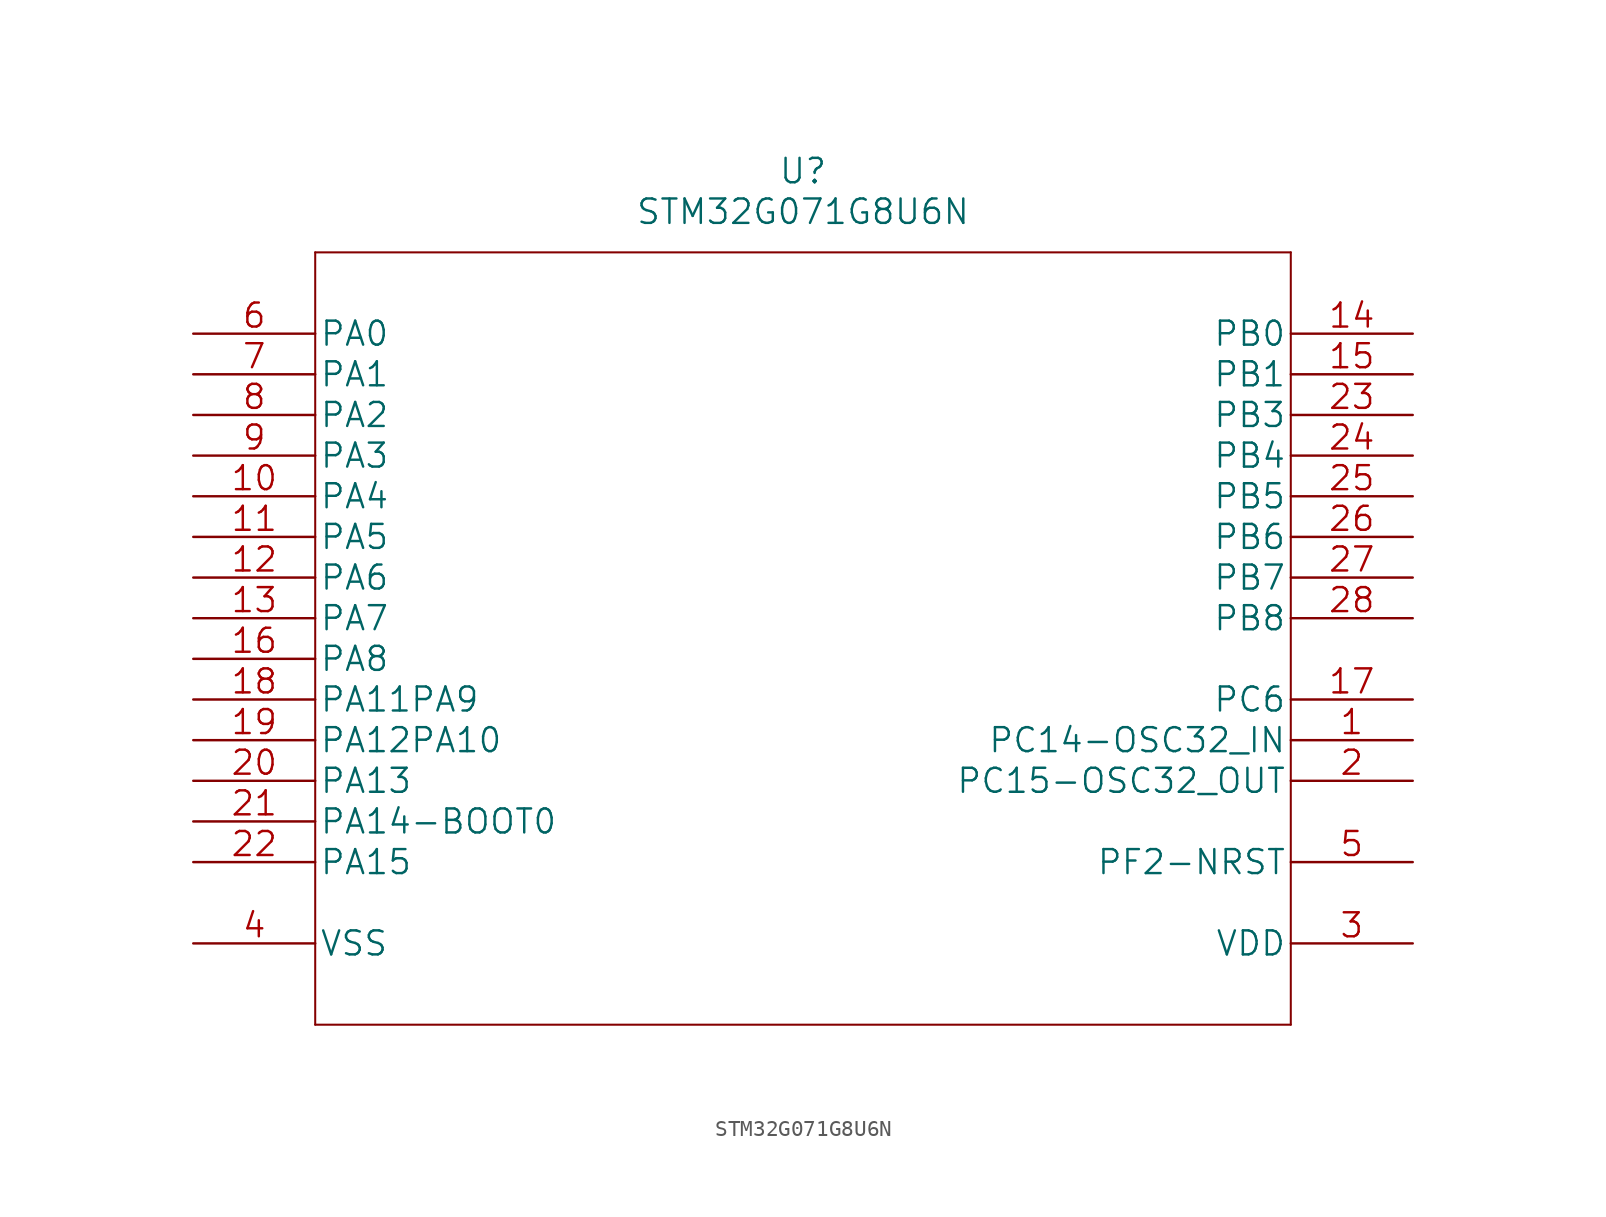
<source format=kicad_sym>
(kicad_symbol_lib
  (version 20210619)
  (generator kicad_symbol_editor)
  (symbol "STM32G071G8U6N"
    (pin_names
      (offset 0.254))
    (property "Reference" "U"
      (at 38.1 10.16 0)
      (effects (font (size 1.524 1.524))))
    (property "Value" "STM32G071G8U6N"
      (at 38.1 7.62 0)
      (effects (font (size 1.524 1.524))))
    (property "Datasheet" ""
      (at 0 0 0)
      (effects (font (size 1.524 1.524))))
    (property "ki_locked" ""
      (at 0 0 0)
      (effects (font (size 1.27 1.27))))
    (symbol "STM32G071G8U6N_1_1"
      (polyline (pts (xy 7.62 -43.18) (xy 68.58 -43.18)) (stroke (width 0.127)) (fill (type none)))
      (polyline (pts (xy 7.62 5.08) (xy 7.62 -43.18)) (stroke (width 0.127)) (fill (type none)))
      (polyline (pts (xy 68.58 -43.18) (xy 68.58 5.08)) (stroke (width 0.127)) (fill (type none)))
      (polyline (pts (xy 68.58 5.08) (xy 7.62 5.08)) (stroke (width 0.127)) (fill (type none)))
      (pin bidirectional line (at 76.2 -25.4 180) (length 7.62) (name "PC14-OSC32_IN" (effects (font (size 1.499 1.499)))) (number "1" (effects (font (size 1.499 1.499)))))
      (pin bidirectional line (at 0 -10.16 0) (length 7.62) (name "PA4" (effects (font (size 1.499 1.499)))) (number "10" (effects (font (size 1.499 1.499)))))
      (pin bidirectional line (at 0 -12.7 0) (length 7.62) (name "PA5" (effects (font (size 1.499 1.499)))) (number "11" (effects (font (size 1.499 1.499)))))
      (pin bidirectional line (at 0 -15.24 0) (length 7.62) (name "PA6" (effects (font (size 1.499 1.499)))) (number "12" (effects (font (size 1.499 1.499)))))
      (pin bidirectional line (at 0 -17.78 0) (length 7.62) (name "PA7" (effects (font (size 1.499 1.499)))) (number "13" (effects (font (size 1.499 1.499)))))
      (pin bidirectional line (at 76.2 0 180) (length 7.62) (name "PB0" (effects (font (size 1.499 1.499)))) (number "14" (effects (font (size 1.499 1.499)))))
      (pin bidirectional line (at 76.2 -2.54 180) (length 7.62) (name "PB1" (effects (font (size 1.499 1.499)))) (number "15" (effects (font (size 1.499 1.499)))))
      (pin bidirectional line (at 0 -20.32 0) (length 7.62) (name "PA8" (effects (font (size 1.499 1.499)))) (number "16" (effects (font (size 1.499 1.499)))))
      (pin bidirectional line (at 76.2 -22.86 180) (length 7.62) (name "PC6" (effects (font (size 1.499 1.499)))) (number "17" (effects (font (size 1.499 1.499)))))
      (pin bidirectional line (at 0 -22.86 0) (length 7.62) (name "PA11PA9" (effects (font (size 1.499 1.499)))) (number "18" (effects (font (size 1.499 1.499)))))
      (pin bidirectional line (at 0 -25.4 0) (length 7.62) (name "PA12PA10" (effects (font (size 1.499 1.499)))) (number "19" (effects (font (size 1.499 1.499)))))
      (pin bidirectional line (at 76.2 -27.94 180) (length 7.62) (name "PC15-OSC32_OUT" (effects (font (size 1.499 1.499)))) (number "2" (effects (font (size 1.499 1.499)))))
      (pin bidirectional line (at 0 -27.94 0) (length 7.62) (name "PA13" (effects (font (size 1.499 1.499)))) (number "20" (effects (font (size 1.499 1.499)))))
      (pin bidirectional line (at 0 -30.48 0) (length 7.62) (name "PA14-BOOT0" (effects (font (size 1.499 1.499)))) (number "21" (effects (font (size 1.499 1.499)))))
      (pin bidirectional line (at 0 -33.02 0) (length 7.62) (name "PA15" (effects (font (size 1.499 1.499)))) (number "22" (effects (font (size 1.499 1.499)))))
      (pin bidirectional line (at 76.2 -5.08 180) (length 7.62) (name "PB3" (effects (font (size 1.499 1.499)))) (number "23" (effects (font (size 1.499 1.499)))))
      (pin bidirectional line (at 76.2 -7.62 180) (length 7.62) (name "PB4" (effects (font (size 1.499 1.499)))) (number "24" (effects (font (size 1.499 1.499)))))
      (pin bidirectional line (at 76.2 -10.16 180) (length 7.62) (name "PB5" (effects (font (size 1.499 1.499)))) (number "25" (effects (font (size 1.499 1.499)))))
      (pin bidirectional line (at 76.2 -12.7 180) (length 7.62) (name "PB6" (effects (font (size 1.499 1.499)))) (number "26" (effects (font (size 1.499 1.499)))))
      (pin bidirectional line (at 76.2 -15.24 180) (length 7.62) (name "PB7" (effects (font (size 1.499 1.499)))) (number "27" (effects (font (size 1.499 1.499)))))
      (pin bidirectional line (at 76.2 -17.78 180) (length 7.62) (name "PB8" (effects (font (size 1.499 1.499)))) (number "28" (effects (font (size 1.499 1.499)))))
      (pin power_in line (at 76.2 -38.1 180) (length 7.62) (name "VDD" (effects (font (size 1.499 1.499)))) (number "3" (effects (font (size 1.499 1.499)))))
      (pin power_in line (at 0 -38.1 0) (length 7.62) (name "VSS" (effects (font (size 1.499 1.499)))) (number "4" (effects (font (size 1.499 1.499)))))
      (pin bidirectional line (at 76.2 -33.02 180) (length 7.62) (name "PF2-NRST" (effects (font (size 1.499 1.499)))) (number "5" (effects (font (size 1.499 1.499)))))
      (pin bidirectional line (at 0 0 0) (length 7.62) (name "PA0" (effects (font (size 1.499 1.499)))) (number "6" (effects (font (size 1.499 1.499)))))
      (pin bidirectional line (at 0 -2.54 0) (length 7.62) (name "PA1" (effects (font (size 1.499 1.499)))) (number "7" (effects (font (size 1.499 1.499)))))
      (pin bidirectional line (at 0 -5.08 0) (length 7.62) (name "PA2" (effects (font (size 1.499 1.499)))) (number "8" (effects (font (size 1.499 1.499)))))
      (pin bidirectional line (at 0 -7.62 0) (length 7.62) (name "PA3" (effects (font (size 1.499 1.499)))) (number "9" (effects (font (size 1.499 1.499))))))))
</source>
